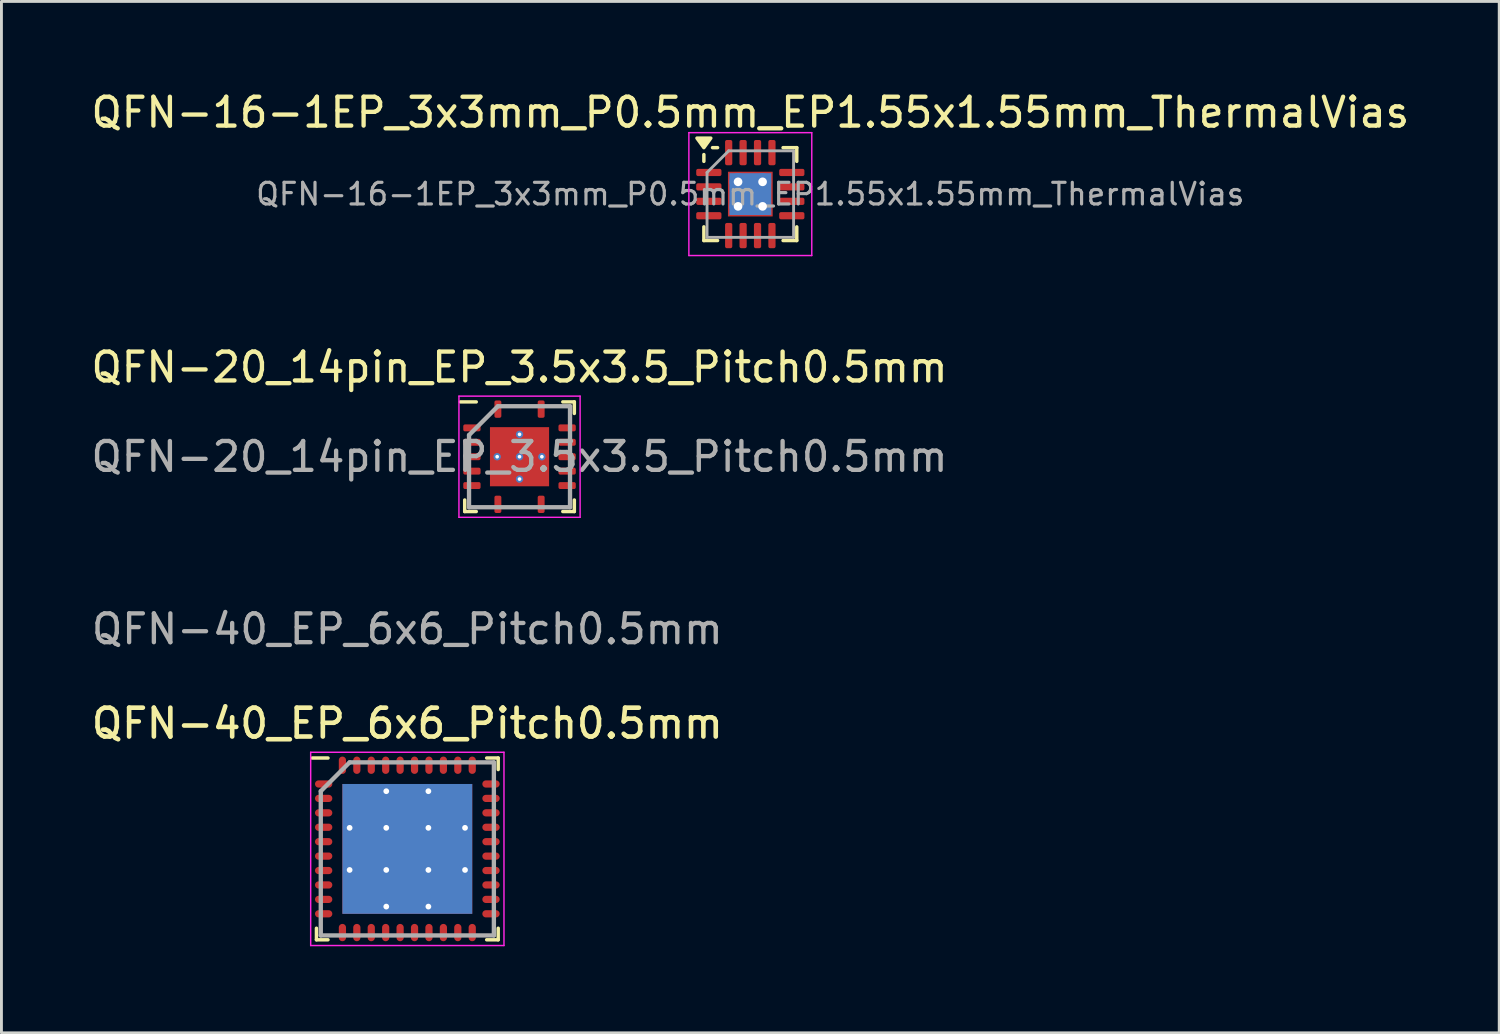
<source format=kicad_pcb>
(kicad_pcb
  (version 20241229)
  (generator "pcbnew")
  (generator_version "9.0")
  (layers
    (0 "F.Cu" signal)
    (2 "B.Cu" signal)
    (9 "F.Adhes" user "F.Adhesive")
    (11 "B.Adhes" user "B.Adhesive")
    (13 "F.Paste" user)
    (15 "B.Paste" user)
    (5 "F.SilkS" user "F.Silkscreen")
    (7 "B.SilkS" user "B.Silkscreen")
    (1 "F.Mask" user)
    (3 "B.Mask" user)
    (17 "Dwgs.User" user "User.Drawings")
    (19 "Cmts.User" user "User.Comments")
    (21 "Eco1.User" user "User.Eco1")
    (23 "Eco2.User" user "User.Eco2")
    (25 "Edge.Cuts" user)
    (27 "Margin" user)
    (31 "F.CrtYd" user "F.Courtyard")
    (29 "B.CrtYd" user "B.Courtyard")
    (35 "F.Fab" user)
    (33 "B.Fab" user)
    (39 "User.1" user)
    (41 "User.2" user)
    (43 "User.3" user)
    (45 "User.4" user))
  (footprint "QFN-16-1EP_3x3mm_P0.5mm_EP1.55x1.55mm_ThermalVias"
    (layer "F.Cu")
    (at 22.958 3.678)
    (property "Reference" "QFN-16-1EP_3x3mm_P0.5mm_EP1.55x1.55mm_ThermalVias" (at 0 -2.83 0) (layer "F.SilkS") (effects (font (size 1 1) (thickness 0.15))))
    (attr smd)
    (fp_line (start -1.61 -1.135) (end -1.61 -1.37) (stroke (width 0.12) (type solid)) (layer "F.SilkS"))
    (fp_line (start -1.61 1.61) (end -1.61 1.135) (stroke (width 0.12) (type solid)) (layer "F.SilkS"))
    (fp_line (start -1.135 -1.61) (end -1.31 -1.61) (stroke (width 0.12) (type solid)) (layer "F.SilkS"))
    (fp_line (start -1.135 1.61) (end -1.61 1.61) (stroke (width 0.12) (type solid)) (layer "F.SilkS"))
    (fp_line (start 1.135 -1.61) (end 1.61 -1.61) (stroke (width 0.12) (type solid)) (layer "F.SilkS"))
    (fp_line (start 1.135 1.61) (end 1.61 1.61) (stroke (width 0.12) (type solid)) (layer "F.SilkS"))
    (fp_line (start 1.61 -1.61) (end 1.61 -1.135) (stroke (width 0.12) (type solid)) (layer "F.SilkS"))
    (fp_line (start 1.61 1.61) (end 1.61 1.135) (stroke (width 0.12) (type solid)) (layer "F.SilkS"))
    (fp_poly (pts (xy -1.61 -1.61) (xy -1.85 -1.94) (xy -1.37 -1.94) (xy -1.61 -1.61)) (stroke (width 0.12) (type solid)) (fill yes) (layer "F.SilkS"))
    (fp_line (start -2.13 -2.13) (end -2.13 2.13) (stroke (width 0.05) (type solid)) (layer "F.CrtYd"))
    (fp_line (start -2.13 2.13) (end 2.13 2.13) (stroke (width 0.05) (type solid)) (layer "F.CrtYd"))
    (fp_line (start 2.13 -2.13) (end -2.13 -2.13) (stroke (width 0.05) (type solid)) (layer "F.CrtYd"))
    (fp_line (start 2.13 2.13) (end 2.13 -2.13) (stroke (width 0.05) (type solid)) (layer "F.CrtYd"))
    (fp_line (start -1.5 -0.75) (end -0.75 -1.5) (stroke (width 0.1) (type solid)) (layer "F.Fab"))
    (fp_line (start -1.5 1.5) (end -1.5 -0.75) (stroke (width 0.1) (type solid)) (layer "F.Fab"))
    (fp_line (start -0.75 -1.5) (end 1.5 -1.5) (stroke (width 0.1) (type solid)) (layer "F.Fab"))
    (fp_line (start 1.5 -1.5) (end 1.5 1.5) (stroke (width 0.1) (type solid)) (layer "F.Fab"))
    (fp_line (start 1.5 1.5) (end -1.5 1.5) (stroke (width 0.1) (type solid)) (layer "F.Fab"))
    (fp_text user "${REFERENCE}" (at 0 0 0) (layer "F.Fab") (effects (font (size 0.75 0.75) (thickness 0.11))))
    (pad "" smd roundrect (at -0.4 -0.4) (size 0.63 0.63) (layers "F.Paste") (roundrect_rratio 0.25))
    (pad "" smd roundrect (at -0.4 0.4) (size 0.63 0.63) (layers "F.Paste") (roundrect_rratio 0.25))
    (pad "" smd roundrect (at 0.4 -0.4) (size 0.63 0.63) (layers "F.Paste") (roundrect_rratio 0.25))
    (pad "" smd roundrect (at 0.4 0.4) (size 0.63 0.63) (layers "F.Paste") (roundrect_rratio 0.25))
    (pad "1" smd roundrect (at -1.438 -0.75) (size 0.875 0.25) (layers "F.Cu" "F.Mask" "F.Paste") (roundrect_rratio 0.25))
    (pad "2" smd roundrect (at -1.438 -0.25) (size 0.875 0.25) (layers "F.Cu" "F.Mask" "F.Paste") (roundrect_rratio 0.25))
    (pad "3" smd roundrect (at -1.438 0.25) (size 0.875 0.25) (layers "F.Cu" "F.Mask" "F.Paste") (roundrect_rratio 0.25))
    (pad "4" smd roundrect (at -1.438 0.75) (size 0.875 0.25) (layers "F.Cu" "F.Mask" "F.Paste") (roundrect_rratio 0.25))
    (pad "5" smd roundrect (at -0.75 1.438) (size 0.25 0.875) (layers "F.Cu" "F.Mask" "F.Paste") (roundrect_rratio 0.25))
    (pad "6" smd roundrect (at -0.25 1.438) (size 0.25 0.875) (layers "F.Cu" "F.Mask" "F.Paste") (roundrect_rratio 0.25))
    (pad "7" smd roundrect (at 0.25 1.438) (size 0.25 0.875) (layers "F.Cu" "F.Mask" "F.Paste") (roundrect_rratio 0.25))
    (pad "8" smd roundrect (at 0.75 1.438) (size 0.25 0.875) (layers "F.Cu" "F.Mask" "F.Paste") (roundrect_rratio 0.25))
    (pad "9" smd roundrect (at 1.438 0.75) (size 0.875 0.25) (layers "F.Cu" "F.Mask" "F.Paste") (roundrect_rratio 0.25))
    (pad "10" smd roundrect (at 1.438 0.25) (size 0.875 0.25) (layers "F.Cu" "F.Mask" "F.Paste") (roundrect_rratio 0.25))
    (pad "11" smd roundrect (at 1.438 -0.25) (size 0.875 0.25) (layers "F.Cu" "F.Mask" "F.Paste") (roundrect_rratio 0.25))
    (pad "12" smd roundrect (at 1.438 -0.75) (size 0.875 0.25) (layers "F.Cu" "F.Mask" "F.Paste") (roundrect_rratio 0.25))
    (pad "13" smd roundrect (at 0.75 -1.438) (size 0.25 0.875) (layers "F.Cu" "F.Mask" "F.Paste") (roundrect_rratio 0.25))
    (pad "14" smd roundrect (at 0.25 -1.438) (size 0.25 0.875) (layers "F.Cu" "F.Mask" "F.Paste") (roundrect_rratio 0.25))
    (pad "15" smd roundrect (at -0.25 -1.438) (size 0.25 0.875) (layers "F.Cu" "F.Mask" "F.Paste") (roundrect_rratio 0.25))
    (pad "16" smd roundrect (at -0.75 -1.438) (size 0.25 0.875) (layers "F.Cu" "F.Mask" "F.Paste") (roundrect_rratio 0.25))
    (pad "17" thru_hole circle (at -0.425 -0.425) (size 0.6 0.6) (drill 0.3) (property pad_prop_heatsink) (layers "*.Cu"))
    (pad "17" thru_hole circle (at -0.425 0.425) (size 0.6 0.6) (drill 0.3) (property pad_prop_heatsink) (layers "*.Cu"))
    (pad "17" smd rect (at 0 0) (size 1.45 1.45) (property pad_prop_heatsink) (layers "B.Cu"))
    (pad "17" smd rect (at 0 0) (size 1.55 1.55) (property pad_prop_heatsink) (layers "F.Cu" "F.Mask"))
    (pad "17" thru_hole circle (at 0.425 -0.425) (size 0.6 0.6) (drill 0.3) (property pad_prop_heatsink) (layers "*.Cu"))
    (pad "17" thru_hole circle (at 0.425 0.425) (size 0.6 0.6) (drill 0.3) (property pad_prop_heatsink) (layers "*.Cu")))
  (footprint "QFN-40_EP_6x6_Pitch0.5mm"
    (layer "F.Cu")
    (at 11.069 26.375)
    (property "Reference" "QFN-40_EP_6x6_Pitch0.5mm" (at 0 -4.35 0) (unlocked yes) (layer "F.SilkS") (effects (font (size 1 1) (thickness 0.16))))
    (attr smd)
    (fp_line (start -3.15 3.15) (end -3.15 2.75) (stroke (width 0.12) (type default)) (layer "F.SilkS"))
    (fp_line (start -2.75 -3.15) (end -3.3 -3.15) (stroke (width 0.12) (type default)) (layer "F.SilkS"))
    (fp_line (start -2.75 3.15) (end -3.15 3.15) (stroke (width 0.12) (type default)) (layer "F.SilkS"))
    (fp_line (start 2.75 -3.15) (end 3.15 -3.15) (stroke (width 0.12) (type default)) (layer "F.SilkS"))
    (fp_line (start 2.75 3.15) (end 3.15 3.15) (stroke (width 0.12) (type default)) (layer "F.SilkS"))
    (fp_line (start 3.15 -3.15) (end 3.15 -2.75) (stroke (width 0.12) (type default)) (layer "F.SilkS"))
    (fp_line (start 3.15 3.15) (end 3.15 2.75) (stroke (width 0.12) (type default)) (layer "F.SilkS"))
    (fp_line (start -3.35 -3.35) (end 3.35 -3.35) (stroke (width 0.05) (type default)) (layer "F.CrtYd"))
    (fp_line (start -3.35 3.35) (end -3.35 -3.35) (stroke (width 0.05) (type default)) (layer "F.CrtYd"))
    (fp_line (start 3.35 -3.35) (end 3.35 3.35) (stroke (width 0.05) (type default)) (layer "F.CrtYd"))
    (fp_line (start 3.35 3.35) (end -3.35 3.35) (stroke (width 0.05) (type default)) (layer "F.CrtYd"))
    (fp_line (start -3 -2) (end -3 3) (stroke (width 0.15) (type default)) (layer "F.Fab"))
    (fp_line (start -3 3) (end 3 3) (stroke (width 0.15) (type default)) (layer "F.Fab"))
    (fp_line (start -2 -3) (end -3 -2) (stroke (width 0.15) (type default)) (layer "F.Fab"))
    (fp_line (start 3 -3) (end -2 -3) (stroke (width 0.15) (type default)) (layer "F.Fab"))
    (fp_line (start 3 3) (end 3 -3) (stroke (width 0.15) (type default)) (layer "F.Fab"))
    (fp_text user "${REFERENCE}" (at 0 -7.62 0) (layer "F.Fab") (effects (font (size 1 1) (thickness 0.15))))
    (pad "" smd rect (at -1.8 -1.8) (size 0.15 0.15) (layers "F.Paste"))
    (pad "" smd rect (at -1.8 -0.9) (size 0.15 0.15) (layers "F.Paste"))
    (pad "" smd rect (at -1.8 0) (size 0.15 0.15) (layers "F.Paste"))
    (pad "" smd rect (at -1.8 0.9) (size 0.15 0.15) (layers "F.Paste"))
    (pad "" smd rect (at -1.8 1.8) (size 0.15 0.15) (layers "F.Paste"))
    (pad "" smd rect (at -0.9 -1.8) (size 0.15 0.15) (layers "F.Paste"))
    (pad "" smd rect (at -0.9 -0.9) (size 0.15 0.15) (layers "F.Paste"))
    (pad "" smd rect (at -0.9 0) (size 0.15 0.15) (layers "F.Paste"))
    (pad "" smd rect (at -0.9 0.9) (size 0.15 0.15) (layers "F.Paste"))
    (pad "" smd rect (at -0.9 1.8) (size 0.15 0.15) (layers "F.Paste"))
    (pad "" smd rect (at 0 -1.8) (size 0.15 0.15) (layers "F.Paste"))
    (pad "" smd rect (at 0 -0.9) (size 0.15 0.15) (layers "F.Paste"))
    (pad "" smd rect (at 0 0) (size 0.15 0.15) (layers "F.Paste"))
    (pad "" smd rect (at 0 0.9) (size 0.15 0.15) (layers "F.Paste"))
    (pad "" smd rect (at 0 1.8) (size 0.15 0.15) (layers "F.Paste"))
    (pad "" smd rect (at 0.9 -1.8) (size 0.15 0.15) (layers "F.Paste"))
    (pad "" smd rect (at 0.9 -0.9) (size 0.15 0.15) (layers "F.Paste"))
    (pad "" smd rect (at 0.9 0) (size 0.15 0.15) (layers "F.Paste"))
    (pad "" smd rect (at 0.9 0.9) (size 0.15 0.15) (layers "F.Paste"))
    (pad "" smd rect (at 0.9 1.8) (size 0.15 0.15) (layers "F.Paste"))
    (pad "" smd rect (at 1.8 -1.8) (size 0.15 0.15) (layers "F.Paste"))
    (pad "" smd rect (at 1.8 -0.9) (size 0.15 0.15) (layers "F.Paste"))
    (pad "" smd rect (at 1.8 0) (size 0.15 0.15) (layers "F.Paste"))
    (pad "" smd rect (at 1.8 0.9) (size 0.15 0.15) (layers "F.Paste"))
    (pad "" smd rect (at 1.8 1.8) (size 0.15 0.15) (layers "F.Paste"))
    (pad "1" smd oval (at -2.9 -2.25 90) (size 0.25 0.6) (layers "F.Cu" "F.Mask" "F.Paste"))
    (pad "2" smd oval (at -2.9 -1.75 90) (size 0.25 0.6) (layers "F.Cu" "F.Mask" "F.Paste"))
    (pad "3" smd oval (at -2.9 -1.25 90) (size 0.25 0.6) (layers "F.Cu" "F.Mask" "F.Paste"))
    (pad "4" smd oval (at -2.9 -0.75 90) (size 0.25 0.6) (layers "F.Cu" "F.Mask" "F.Paste"))
    (pad "5" smd oval (at -2.9 -0.25 90) (size 0.25 0.6) (layers "F.Cu" "F.Mask" "F.Paste"))
    (pad "6" smd oval (at -2.9 0.25 90) (size 0.25 0.6) (layers "F.Cu" "F.Mask" "F.Paste"))
    (pad "7" smd oval (at -2.9 0.75 90) (size 0.25 0.6) (layers "F.Cu" "F.Mask" "F.Paste"))
    (pad "8" smd oval (at -2.9 1.25 90) (size 0.25 0.6) (layers "F.Cu" "F.Mask" "F.Paste"))
    (pad "9" smd oval (at -2.9 1.75 90) (size 0.25 0.6) (layers "F.Cu" "F.Mask" "F.Paste"))
    (pad "10" smd oval (at -2.9 2.25 90) (size 0.25 0.6) (layers "F.Cu" "F.Mask" "F.Paste"))
    (pad "11" smd oval (at -2.25 2.9) (size 0.25 0.6) (layers "F.Cu" "F.Mask" "F.Paste"))
    (pad "12" smd oval (at -1.75 2.9) (size 0.25 0.6) (layers "F.Cu" "F.Mask" "F.Paste"))
    (pad "13" smd oval (at -1.25 2.9) (size 0.25 0.6) (layers "F.Cu" "F.Mask" "F.Paste"))
    (pad "14" smd oval (at -0.75 2.9) (size 0.25 0.6) (layers "F.Cu" "F.Mask" "F.Paste"))
    (pad "15" smd oval (at -0.25 2.9) (size 0.25 0.6) (layers "F.Cu" "F.Mask" "F.Paste"))
    (pad "16" smd oval (at 0.25 2.9) (size 0.25 0.6) (layers "F.Cu" "F.Mask" "F.Paste"))
    (pad "17" smd oval (at 0.75 2.9) (size 0.25 0.6) (layers "F.Cu" "F.Mask" "F.Paste"))
    (pad "18" smd oval (at 1.25 2.9) (size 0.25 0.6) (layers "F.Cu" "F.Mask" "F.Paste"))
    (pad "19" smd oval (at 1.75 2.9) (size 0.25 0.6) (layers "F.Cu" "F.Mask" "F.Paste"))
    (pad "20" smd oval (at 2.25 2.9) (size 0.25 0.6) (layers "F.Cu" "F.Mask" "F.Paste"))
    (pad "21" smd oval (at 2.9 2.25 90) (size 0.25 0.6) (layers "F.Cu" "F.Mask" "F.Paste"))
    (pad "22" smd oval (at 2.9 1.75 90) (size 0.25 0.6) (layers "F.Cu" "F.Mask" "F.Paste"))
    (pad "23" smd oval (at 2.9 1.25 90) (size 0.25 0.6) (layers "F.Cu" "F.Mask" "F.Paste"))
    (pad "24" smd oval (at 2.9 0.75 90) (size 0.25 0.6) (layers "F.Cu" "F.Mask" "F.Paste"))
    (pad "25" smd oval (at 2.9 0.25 90) (size 0.25 0.6) (layers "F.Cu" "F.Mask" "F.Paste"))
    (pad "26" smd oval (at 2.9 -0.25 90) (size 0.25 0.6) (layers "F.Cu" "F.Mask" "F.Paste"))
    (pad "27" smd oval (at 2.9 -0.75 90) (size 0.25 0.6) (layers "F.Cu" "F.Mask" "F.Paste"))
    (pad "28" smd oval (at 2.9 -1.25 90) (size 0.25 0.6) (layers "F.Cu" "F.Mask" "F.Paste"))
    (pad "29" smd oval (at 2.9 -1.75 90) (size 0.25 0.6) (layers "F.Cu" "F.Mask" "F.Paste"))
    (pad "30" smd oval (at 2.9 -2.25 90) (size 0.25 0.6) (layers "F.Cu" "F.Mask" "F.Paste"))
    (pad "31" smd oval (at 2.25 -2.9) (size 0.25 0.6) (layers "F.Cu" "F.Mask" "F.Paste"))
    (pad "32" smd oval (at 1.75 -2.9) (size 0.25 0.6) (layers "F.Cu" "F.Mask" "F.Paste"))
    (pad "33" smd oval (at 1.25 -2.9) (size 0.25 0.6) (layers "F.Cu" "F.Mask" "F.Paste"))
    (pad "34" smd oval (at 0.75 -2.9) (size 0.25 0.6) (layers "F.Cu" "F.Mask" "F.Paste"))
    (pad "35" smd oval (at 0.25 -2.9) (size 0.25 0.6) (layers "F.Cu" "F.Mask" "F.Paste"))
    (pad "36" smd oval (at -0.25 -2.9) (size 0.25 0.6) (layers "F.Cu" "F.Mask" "F.Paste"))
    (pad "37" smd oval (at -0.75 -2.9) (size 0.25 0.6) (layers "F.Cu" "F.Mask" "F.Paste"))
    (pad "38" smd oval (at -1.25 -2.9) (size 0.25 0.6) (layers "F.Cu" "F.Mask" "F.Paste"))
    (pad "39" smd oval (at -1.75 -2.9) (size 0.25 0.6) (layers "F.Cu" "F.Mask" "F.Paste"))
    (pad "40" smd oval (at -2.25 -2.9) (size 0.25 0.6) (layers "F.Cu" "F.Mask" "F.Paste"))
    (pad "41" thru_hole circle (at -2 -0.73) (size 0.45 0.45) (drill 0.2) (property pad_prop_heatsink) (layers "*.Cu" "*.Mask"))
    (pad "41" thru_hole circle (at -2 0.73) (size 0.45 0.45) (drill 0.2) (property pad_prop_heatsink) (layers "*.Cu" "*.Mask"))
    (pad "41" thru_hole circle (at -0.73 -2) (size 0.45 0.45) (drill 0.2) (property pad_prop_heatsink) (layers "*.Cu" "*.Mask"))
    (pad "41" thru_hole circle (at -0.73 -0.73) (size 0.45 0.45) (drill 0.2) (property pad_prop_heatsink) (layers "*.Cu" "*.Mask"))
    (pad "41" thru_hole circle (at -0.73 0.73) (size 0.45 0.45) (drill 0.2) (property pad_prop_heatsink) (layers "*.Cu" "*.Mask"))
    (pad "41" thru_hole circle (at -0.73 2) (size 0.45 0.45) (drill 0.2) (property pad_prop_heatsink) (layers "*.Cu" "*.Mask"))
    (pad "41" smd rect (at 0 0) (size 4.5 4.5) (layers "F.Cu" "F.Mask"))
    (pad "41" smd rect (at 0 0) (size 4.5 4.5) (layers "F.Mask" "B.Cu"))
    (pad "41" thru_hole circle (at 0.73 -2) (size 0.45 0.45) (drill 0.2) (property pad_prop_heatsink) (layers "*.Cu" "*.Mask"))
    (pad "41" thru_hole circle (at 0.73 -0.73) (size 0.45 0.45) (drill 0.2) (property pad_prop_heatsink) (layers "*.Cu" "*.Mask"))
    (pad "41" thru_hole circle (at 0.73 0.73) (size 0.45 0.45) (drill 0.2) (property pad_prop_heatsink) (layers "*.Cu" "*.Mask"))
    (pad "41" thru_hole circle (at 0.73 2) (size 0.45 0.45) (drill 0.2) (property pad_prop_heatsink) (layers "*.Cu" "*.Mask"))
    (pad "41" thru_hole circle (at 2 -0.73) (size 0.45 0.45) (drill 0.2) (property pad_prop_heatsink) (layers "*.Cu" "*.Mask"))
    (pad "41" thru_hole circle (at 2 0.73) (size 0.45 0.45) (drill 0.2) (property pad_prop_heatsink) (layers "*.Cu" "*.Mask")))
  (footprint "QFN-20_14pin_EP_3.5x3.5_Pitch0.5mm"
    (layer "F.Cu")
    (at 14.958 12.781)
    (property "Reference" "QFN-20_14pin_EP_3.5x3.5_Pitch0.5mm" (at 0 -3.1 0) (unlocked yes) (layer "F.SilkS") (effects (font (size 1 1) (thickness 0.15))))
    (attr smd)
    (fp_line (start -1.9 1.9) (end -1.9 1.5) (stroke (width 0.12) (type default)) (layer "F.SilkS"))
    (fp_line (start -1.5 -1.9) (end -2.05 -1.9) (stroke (width 0.12) (type default)) (layer "F.SilkS"))
    (fp_line (start -1.5 1.9) (end -1.9 1.9) (stroke (width 0.12) (type default)) (layer "F.SilkS"))
    (fp_line (start 1.5 -1.9) (end 1.9 -1.9) (stroke (width 0.12) (type default)) (layer "F.SilkS"))
    (fp_line (start 1.5 1.9) (end 1.9 1.9) (stroke (width 0.12) (type default)) (layer "F.SilkS"))
    (fp_line (start 1.9 -1.9) (end 1.9 -1.5) (stroke (width 0.12) (type default)) (layer "F.SilkS"))
    (fp_line (start 1.9 1.9) (end 1.9 1.5) (stroke (width 0.12) (type default)) (layer "F.SilkS"))
    (fp_line (start -2.1 -2.1) (end 2.1 -2.1) (stroke (width 0.05) (type default)) (layer "F.CrtYd"))
    (fp_line (start -2.1 2.1) (end -2.1 -2.1) (stroke (width 0.05) (type default)) (layer "F.CrtYd"))
    (fp_line (start 2.1 -2.1) (end 2.1 2.1) (stroke (width 0.05) (type default)) (layer "F.CrtYd"))
    (fp_line (start 2.1 2.1) (end -2.1 2.1) (stroke (width 0.05) (type default)) (layer "F.CrtYd"))
    (fp_line (start -1.75 -0.75) (end -1.75 1.75) (stroke (width 0.15) (type default)) (layer "F.Fab"))
    (fp_line (start -1.75 1.75) (end 1.75 1.75) (stroke (width 0.15) (type default)) (layer "F.Fab"))
    (fp_line (start -0.75 -1.75) (end -1.75 -0.75) (stroke (width 0.15) (type default)) (layer "F.Fab"))
    (fp_line (start 1.75 -1.75) (end -0.75 -1.75) (stroke (width 0.15) (type default)) (layer "F.Fab"))
    (fp_line (start 1.75 1.75) (end 1.75 -1.75) (stroke (width 0.15) (type default)) (layer "F.Fab"))
    (fp_text user "${REFERENCE}" (at 0 0 0) (layer "F.Fab") (effects (font (size 1 1) (thickness 0.15))))
    (pad "" smd rect (at -0.769 -0.769) (size 0.000001 0.000001) (layers "F.Paste"))
    (pad "" smd rect (at -0.769 -0.256) (size 0.000001 0.000001) (layers "F.Paste"))
    (pad "" smd rect (at -0.769 0.256) (size 0.000001 0.000001) (layers "F.Paste"))
    (pad "" smd rect (at -0.769 0.769) (size 0.000001 0.000001) (layers "F.Paste"))
    (pad "" smd rect (at -0.256 -0.769) (size 0.000001 0.000001) (layers "F.Paste"))
    (pad "" smd rect (at -0.256 -0.256) (size 0.000001 0.000001) (layers "F.Paste"))
    (pad "" smd rect (at -0.256 0.256) (size 0.000001 0.000001) (layers "F.Paste"))
    (pad "" smd rect (at -0.256 0.769) (size 0.000001 0.000001) (layers "F.Paste"))
    (pad "" smd rect (at 0.256 -0.769) (size 0.000001 0.000001) (layers "F.Paste"))
    (pad "" smd rect (at 0.256 -0.256) (size 0.000001 0.000001) (layers "F.Paste"))
    (pad "" smd rect (at 0.256 0.256) (size 0.000001 0.000001) (layers "F.Paste"))
    (pad "" smd rect (at 0.256 0.769) (size 0.000001 0.000001) (layers "F.Paste"))
    (pad "" smd rect (at 0.769 -0.769) (size 0.000001 0.000001) (layers "F.Paste"))
    (pad "" smd rect (at 0.769 -0.256) (size 0.000001 0.000001) (layers "F.Paste"))
    (pad "" smd rect (at 0.769 0.256) (size 0.000001 0.000001) (layers "F.Paste"))
    (pad "" smd rect (at 0.769 0.769) (size 0.000001 0.000001) (layers "F.Paste"))
    (pad "1" smd roundrect (at -0.75 -1.65) (size 0.24 0.6) (layers "F.Cu" "F.Mask" "F.Paste") (roundrect_rratio 0.25))
    (pad "2" smd roundrect (at -1.65 -1 90) (size 0.24 0.6) (layers "F.Cu" "F.Mask" "F.Paste") (roundrect_rratio 0.25))
    (pad "3" smd roundrect (at -1.65 -0.5 90) (size 0.24 0.6) (layers "F.Cu" "F.Mask" "F.Paste") (roundrect_rratio 0.25))
    (pad "4" smd roundrect (at -1.65 0 90) (size 0.24 0.6) (layers "F.Cu" "F.Mask" "F.Paste") (roundrect_rratio 0.25))
    (pad "5" smd roundrect (at -1.65 0.5 90) (size 0.24 0.6) (layers "F.Cu" "F.Mask" "F.Paste") (roundrect_rratio 0.25))
    (pad "6" smd roundrect (at -1.65 1 90) (size 0.24 0.6) (layers "F.Cu" "F.Mask" "F.Paste") (roundrect_rratio 0.25))
    (pad "7" smd roundrect (at -0.75 1.65) (size 0.24 0.6) (layers "F.Cu" "F.Mask" "F.Paste") (roundrect_rratio 0.25))
    (pad "8" smd roundrect (at 0.75 1.65) (size 0.24 0.6) (layers "F.Cu" "F.Mask" "F.Paste") (roundrect_rratio 0.25))
    (pad "9" smd roundrect (at 1.65 1 90) (size 0.24 0.6) (layers "F.Cu" "F.Mask" "F.Paste") (roundrect_rratio 0.25))
    (pad "10" smd roundrect (at 1.65 0.5 90) (size 0.24 0.6) (layers "F.Cu" "F.Mask" "F.Paste") (roundrect_rratio 0.25))
    (pad "11" smd roundrect (at 1.65 0 90) (size 0.24 0.6) (layers "F.Cu" "F.Mask" "F.Paste") (roundrect_rratio 0.25))
    (pad "12" smd roundrect (at 1.65 -0.5 90) (size 0.24 0.6) (layers "F.Cu" "F.Mask" "F.Paste") (roundrect_rratio 0.25))
    (pad "13" smd roundrect (at 1.65 -1 90) (size 0.24 0.6) (layers "F.Cu" "F.Mask" "F.Paste") (roundrect_rratio 0.25))
    (pad "14" smd roundrect (at 0.75 -1.65) (size 0.24 0.6) (layers "F.Cu" "F.Mask" "F.Paste") (roundrect_rratio 0.25))
    (pad "15" thru_hole circle (at -0.775 0) (size 0.256 0.256) (drill 0.128) (property pad_prop_heatsink) (layers "*.Cu" "*.Mask"))
    (pad "15" thru_hole circle (at 0 -0.775) (size 0.256 0.256) (drill 0.128) (property pad_prop_heatsink) (layers "*.Cu" "*.Mask"))
    (pad "15" thru_hole circle (at 0 0) (size 0.256 0.256) (drill 0.128) (property pad_prop_heatsink) (layers "*.Cu" "*.Mask"))
    (pad "15" smd rect (at 0 0) (size 2.05 2.05) (layers "F.Cu" "F.Mask"))
    (pad "15" thru_hole circle (at 0 0.775) (size 0.256 0.256) (drill 0.128) (property pad_prop_heatsink) (layers "*.Cu" "*.Mask"))
    (pad "15" thru_hole circle (at 0.775 0) (size 0.256 0.256) (drill 0.128) (property pad_prop_heatsink) (layers "*.Cu" "*.Mask")))
  (gr_rect
    (start -3 -3)
    (end 48.917 32.75)
    (stroke (width 0.1) (type default))
    (fill no)
    (layer "Edge.Cuts")))
</source>
